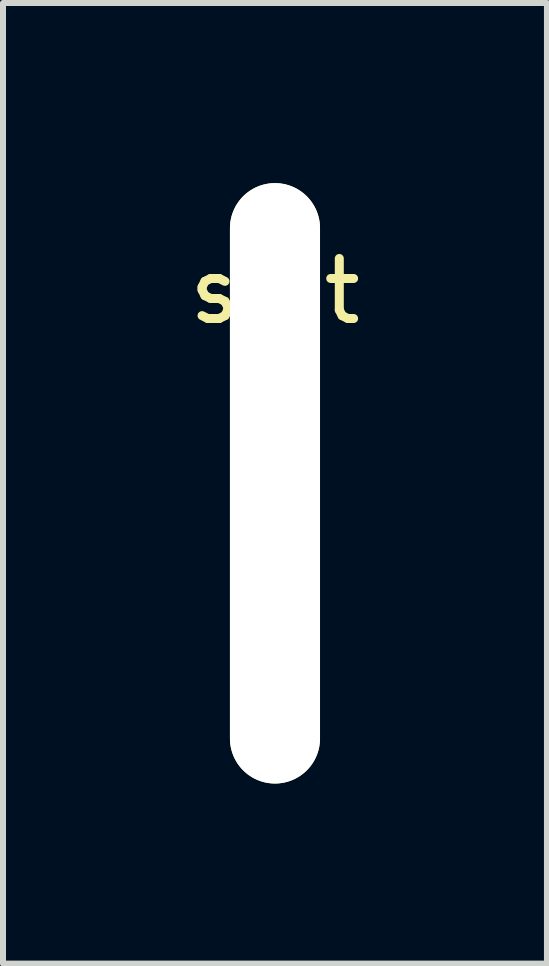
<source format=kicad_pcb>
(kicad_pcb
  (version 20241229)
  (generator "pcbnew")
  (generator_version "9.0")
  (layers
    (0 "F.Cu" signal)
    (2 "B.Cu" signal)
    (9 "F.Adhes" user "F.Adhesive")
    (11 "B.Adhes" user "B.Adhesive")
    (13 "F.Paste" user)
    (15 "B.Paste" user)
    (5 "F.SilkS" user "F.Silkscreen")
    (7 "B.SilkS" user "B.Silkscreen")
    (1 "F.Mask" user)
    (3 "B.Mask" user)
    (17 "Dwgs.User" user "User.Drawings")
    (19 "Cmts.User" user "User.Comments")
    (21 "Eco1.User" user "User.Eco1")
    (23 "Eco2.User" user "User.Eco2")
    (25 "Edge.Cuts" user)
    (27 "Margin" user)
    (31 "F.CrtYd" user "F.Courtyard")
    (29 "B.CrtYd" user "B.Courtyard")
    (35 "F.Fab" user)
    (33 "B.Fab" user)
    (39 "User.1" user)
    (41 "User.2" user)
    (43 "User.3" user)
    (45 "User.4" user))
  (footprint "slot"
    (layer "F.Cu")
    (at 1.53 5)
    (property "Reference" "slot" (at 0 -3.2 0) (layer "F.SilkS") (effects (font (size 1 1) (thickness 0.15))))
    (attr through_hole)
    (pad "" np_thru_hole oval (at 0 0) (size 1.5 10) (drill oval 1.5 10) (layers "*.Cu" "*.Mask" "F.SilkS")))
  (gr_rect
    (start -3 -3)
    (end 6.06 13)
    (stroke (width 0.1) (type default))
    (fill no)
    (layer "Edge.Cuts")))
</source>
